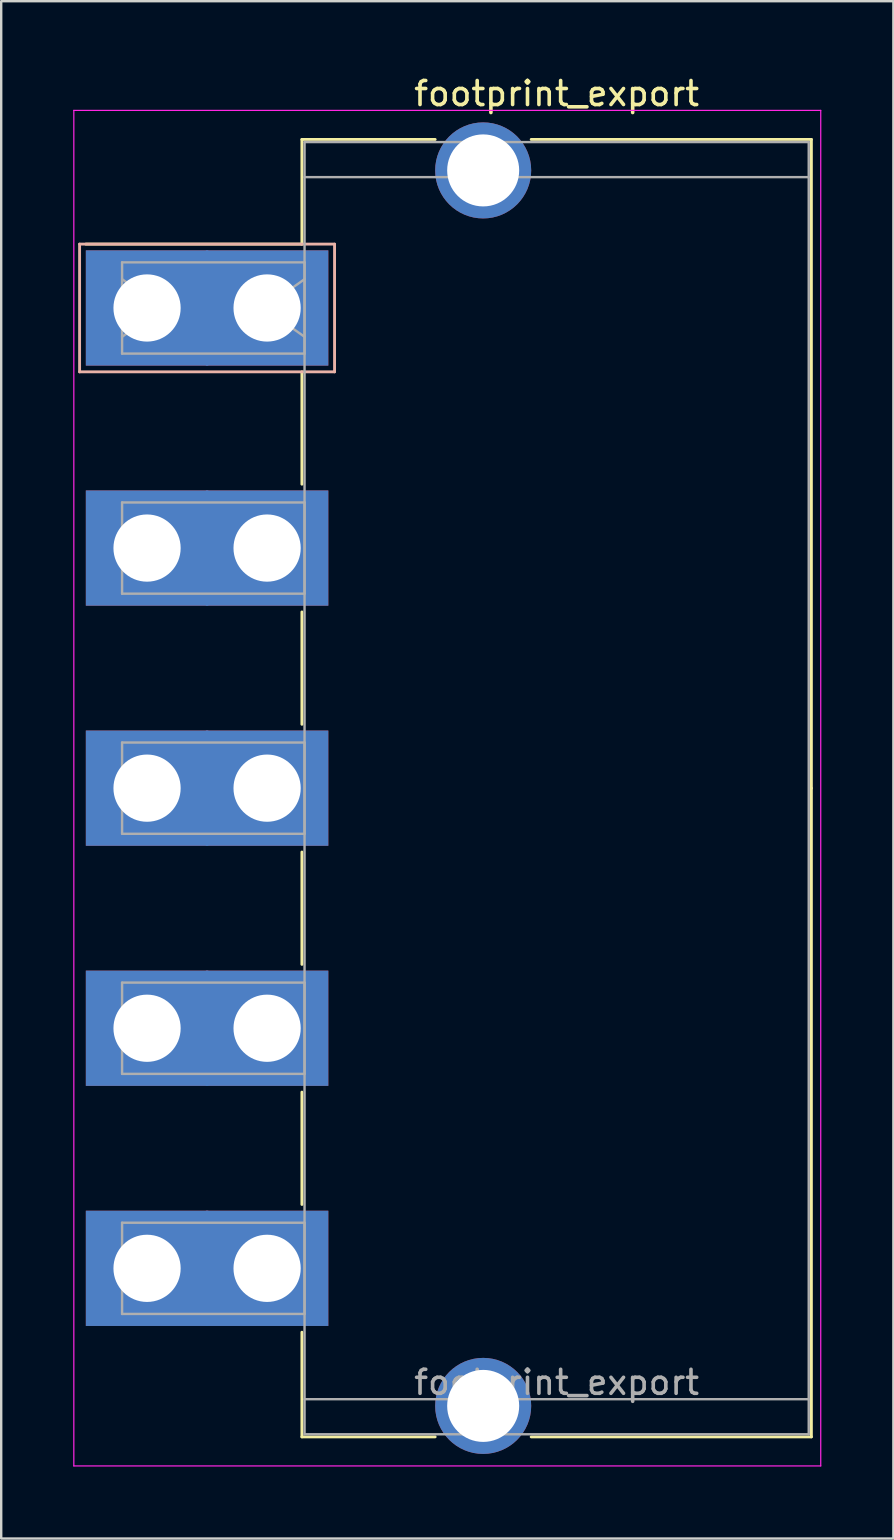
<source format=kicad_pcb>
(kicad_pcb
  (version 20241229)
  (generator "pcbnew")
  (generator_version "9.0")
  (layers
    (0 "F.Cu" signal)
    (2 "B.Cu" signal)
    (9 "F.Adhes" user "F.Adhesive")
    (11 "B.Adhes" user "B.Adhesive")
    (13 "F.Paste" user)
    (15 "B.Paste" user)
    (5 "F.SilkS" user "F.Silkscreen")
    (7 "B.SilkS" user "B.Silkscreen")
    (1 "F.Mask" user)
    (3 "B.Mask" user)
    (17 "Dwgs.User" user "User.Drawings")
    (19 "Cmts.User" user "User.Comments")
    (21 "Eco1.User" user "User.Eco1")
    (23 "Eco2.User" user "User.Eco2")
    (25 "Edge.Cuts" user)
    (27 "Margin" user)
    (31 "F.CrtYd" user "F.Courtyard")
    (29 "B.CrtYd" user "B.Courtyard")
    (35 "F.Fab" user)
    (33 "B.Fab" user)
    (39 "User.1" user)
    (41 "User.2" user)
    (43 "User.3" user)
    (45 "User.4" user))
  (footprint "footprint_export"
    (layer "F.Cu")
    (at 3.075 9.778)
    (property "Reference" "footprint_export" (at 17.06 -8.93 0) (layer "F.SilkS") (effects (font (size 1 1) (thickness 0.15))))
    (attr through_hole)
    (fp_line (start 6.45 -7.02) (end 12 -7.02) (stroke (width 0.12) (type solid)) (layer "F.SilkS"))
    (fp_line (start 6.45 -2.66) (end -2.55 -2.66) (stroke (width 0.12) (type solid)) (layer "F.SilkS"))
    (fp_line (start 6.45 -2.66) (end 6.45 -7.02) (stroke (width 0.12) (type solid)) (layer "F.SilkS"))
    (fp_line (start 6.45 2.66) (end 6.45 7.34) (stroke (width 0.12) (type solid)) (layer "F.SilkS"))
    (fp_line (start 6.45 12.66) (end 6.45 17.34) (stroke (width 0.12) (type solid)) (layer "F.SilkS"))
    (fp_line (start 6.45 22.66) (end 6.45 27.34) (stroke (width 0.12) (type solid)) (layer "F.SilkS"))
    (fp_line (start 6.45 32.66) (end 6.45 37.34) (stroke (width 0.12) (type solid)) (layer "F.SilkS"))
    (fp_line (start 6.45 42.66) (end 6.45 47.02) (stroke (width 0.12) (type solid)) (layer "F.SilkS"))
    (fp_line (start 6.45 47.02) (end 12 47.02) (stroke (width 0.12) (type solid)) (layer "F.SilkS"))
    (fp_line (start 16 -7.02) (end 27.67 -7.02) (stroke (width 0.12) (type solid)) (layer "F.SilkS"))
    (fp_line (start 16 47.02) (end 27.67 47.02) (stroke (width 0.12) (type solid)) (layer "F.SilkS"))
    (fp_line (start 27.67 -7.02) (end 27.67 20) (stroke (width 0.12) (type solid)) (layer "F.SilkS"))
    (fp_line (start 27.67 47.02) (end 27.67 20) (stroke (width 0.12) (type solid)) (layer "F.SilkS"))
    (fp_line (start -2.81 -2.66) (end -2.81 2.66) (stroke (width 0.12) (type solid)) (layer "B.SilkS"))
    (fp_line (start -2.81 2.66) (end 7.81 2.66) (stroke (width 0.12) (type solid)) (layer "B.SilkS"))
    (fp_line (start 7.81 -2.66) (end -2.81 -2.66) (stroke (width 0.12) (type solid)) (layer "B.SilkS"))
    (fp_line (start 7.81 2.66) (end 7.81 -2.66) (stroke (width 0.12) (type solid)) (layer "B.SilkS"))
    (fp_line (start -3.05 -8.23) (end -3.05 48.23) (stroke (width 0.05) (type solid)) (layer "F.CrtYd"))
    (fp_line (start -3.05 48.23) (end 28.06 48.23) (stroke (width 0.05) (type solid)) (layer "F.CrtYd"))
    (fp_line (start 28.06 -8.23) (end -3.05 -8.23) (stroke (width 0.05) (type solid)) (layer "F.CrtYd"))
    (fp_line (start 28.06 48.23) (end 28.06 -8.23) (stroke (width 0.05) (type solid)) (layer "F.CrtYd"))
    (fp_line (start -1.04 -1.9) (end 6.56 -1.9) (stroke (width 0.1) (type solid)) (layer "F.Fab"))
    (fp_line (start -1.04 -1.2) (end 0.657 0) (stroke (width 0.1) (type solid)) (layer "F.Fab"))
    (fp_line (start -1.04 1.9) (end -1.04 -1.9) (stroke (width 0.1) (type solid)) (layer "F.Fab"))
    (fp_line (start -1.04 8.1) (end 6.56 8.1) (stroke (width 0.1) (type solid)) (layer "F.Fab"))
    (fp_line (start -1.04 11.9) (end -1.04 8.1) (stroke (width 0.1) (type solid)) (layer "F.Fab"))
    (fp_line (start -1.04 18.1) (end 6.56 18.1) (stroke (width 0.1) (type solid)) (layer "F.Fab"))
    (fp_line (start -1.04 21.9) (end -1.04 18.1) (stroke (width 0.1) (type solid)) (layer "F.Fab"))
    (fp_line (start -1.04 28.1) (end 6.56 28.1) (stroke (width 0.1) (type solid)) (layer "F.Fab"))
    (fp_line (start -1.04 31.9) (end -1.04 28.1) (stroke (width 0.1) (type solid)) (layer "F.Fab"))
    (fp_line (start -1.04 38.1) (end 6.56 38.1) (stroke (width 0.1) (type solid)) (layer "F.Fab"))
    (fp_line (start -1.04 41.9) (end -1.04 38.1) (stroke (width 0.1) (type solid)) (layer "F.Fab"))
    (fp_line (start 0.657 0) (end -1.04 1.2) (stroke (width 0.1) (type solid)) (layer "F.Fab"))
    (fp_line (start 4.863 0) (end 6.56 1.2) (stroke (width 0.1) (type solid)) (layer "F.Fab"))
    (fp_line (start 6.56 -6.91) (end 6.56 46.91) (stroke (width 0.1) (type solid)) (layer "F.Fab"))
    (fp_line (start 6.56 -5.45) (end 27.56 -5.45) (stroke (width 0.1) (type solid)) (layer "F.Fab"))
    (fp_line (start 6.56 -1.9) (end 6.56 1.9) (stroke (width 0.1) (type solid)) (layer "F.Fab"))
    (fp_line (start 6.56 -1.2) (end 4.863 0) (stroke (width 0.1) (type solid)) (layer "F.Fab"))
    (fp_line (start 6.56 1.9) (end -1.04 1.9) (stroke (width 0.1) (type solid)) (layer "F.Fab"))
    (fp_line (start 6.56 8.1) (end 6.56 11.9) (stroke (width 0.1) (type solid)) (layer "F.Fab"))
    (fp_line (start 6.56 11.9) (end -1.04 11.9) (stroke (width 0.1) (type solid)) (layer "F.Fab"))
    (fp_line (start 6.56 18.1) (end 6.56 21.9) (stroke (width 0.1) (type solid)) (layer "F.Fab"))
    (fp_line (start 6.56 21.9) (end -1.04 21.9) (stroke (width 0.1) (type solid)) (layer "F.Fab"))
    (fp_line (start 6.56 28.1) (end 6.56 31.9) (stroke (width 0.1) (type solid)) (layer "F.Fab"))
    (fp_line (start 6.56 31.9) (end -1.04 31.9) (stroke (width 0.1) (type solid)) (layer "F.Fab"))
    (fp_line (start 6.56 38.1) (end 6.56 41.9) (stroke (width 0.1) (type solid)) (layer "F.Fab"))
    (fp_line (start 6.56 41.9) (end -1.04 41.9) (stroke (width 0.1) (type solid)) (layer "F.Fab"))
    (fp_line (start 6.56 45.45) (end 27.56 45.45) (stroke (width 0.1) (type solid)) (layer "F.Fab"))
    (fp_line (start 6.56 46.91) (end 27.56 46.91) (stroke (width 0.1) (type solid)) (layer "F.Fab"))
    (fp_line (start 27.56 -6.91) (end 6.56 -6.91) (stroke (width 0.1) (type solid)) (layer "F.Fab"))
    (fp_line (start 27.56 46.91) (end 27.56 -6.91) (stroke (width 0.1) (type solid)) (layer "F.Fab"))
    (fp_text user "${REFERENCE}" (at 17.06 44.75 0) (layer "F.Fab") (effects (font (size 1 1) (thickness 0.15))))
    (pad "" thru_hole circle (at 14 -5.73) (size 4 4) (drill 3) (layers "*.Cu" "*.Mask"))
    (pad "" thru_hole circle (at 14 45.73) (size 4 4) (drill 3) (layers "*.Cu" "*.Mask"))
    (pad "1" thru_hole rect (at 0 0) (size 5.1 4.8) (drill 2.8) (layers "*.Cu" "*.Mask"))
    (pad "1" thru_hole rect (at 5 0) (size 5.1 4.8) (drill 2.8) (layers "*.Cu" "*.Mask"))
    (pad "2" thru_hole rect (at 0 10) (size 5.1 4.8) (drill 2.8) (layers "*.Cu" "*.Mask"))
    (pad "2" thru_hole rect (at 5 10) (size 5.1 4.8) (drill 2.8) (layers "*.Cu" "*.Mask"))
    (pad "3" thru_hole rect (at 0 20) (size 5.1 4.8) (drill 2.8) (layers "*.Cu" "*.Mask"))
    (pad "3" thru_hole rect (at 5 20) (size 5.1 4.8) (drill 2.8) (layers "*.Cu" "*.Mask"))
    (pad "4" thru_hole rect (at 0 30) (size 5.1 4.8) (drill 2.8) (layers "*.Cu" "*.Mask"))
    (pad "4" thru_hole rect (at 5 30) (size 5.1 4.8) (drill 2.8) (layers "*.Cu" "*.Mask"))
    (pad "5" thru_hole rect (at 0 40) (size 5.1 4.8) (drill 2.8) (layers "*.Cu" "*.Mask"))
    (pad "5" thru_hole rect (at 5 40) (size 5.1 4.8) (drill 2.8) (layers "*.Cu" "*.Mask")))
  (gr_rect
    (start -3 -3)
    (end 34.16 61.033)
    (stroke (width 0.1) (type default))
    (fill no)
    (layer "Edge.Cuts")))
</source>
